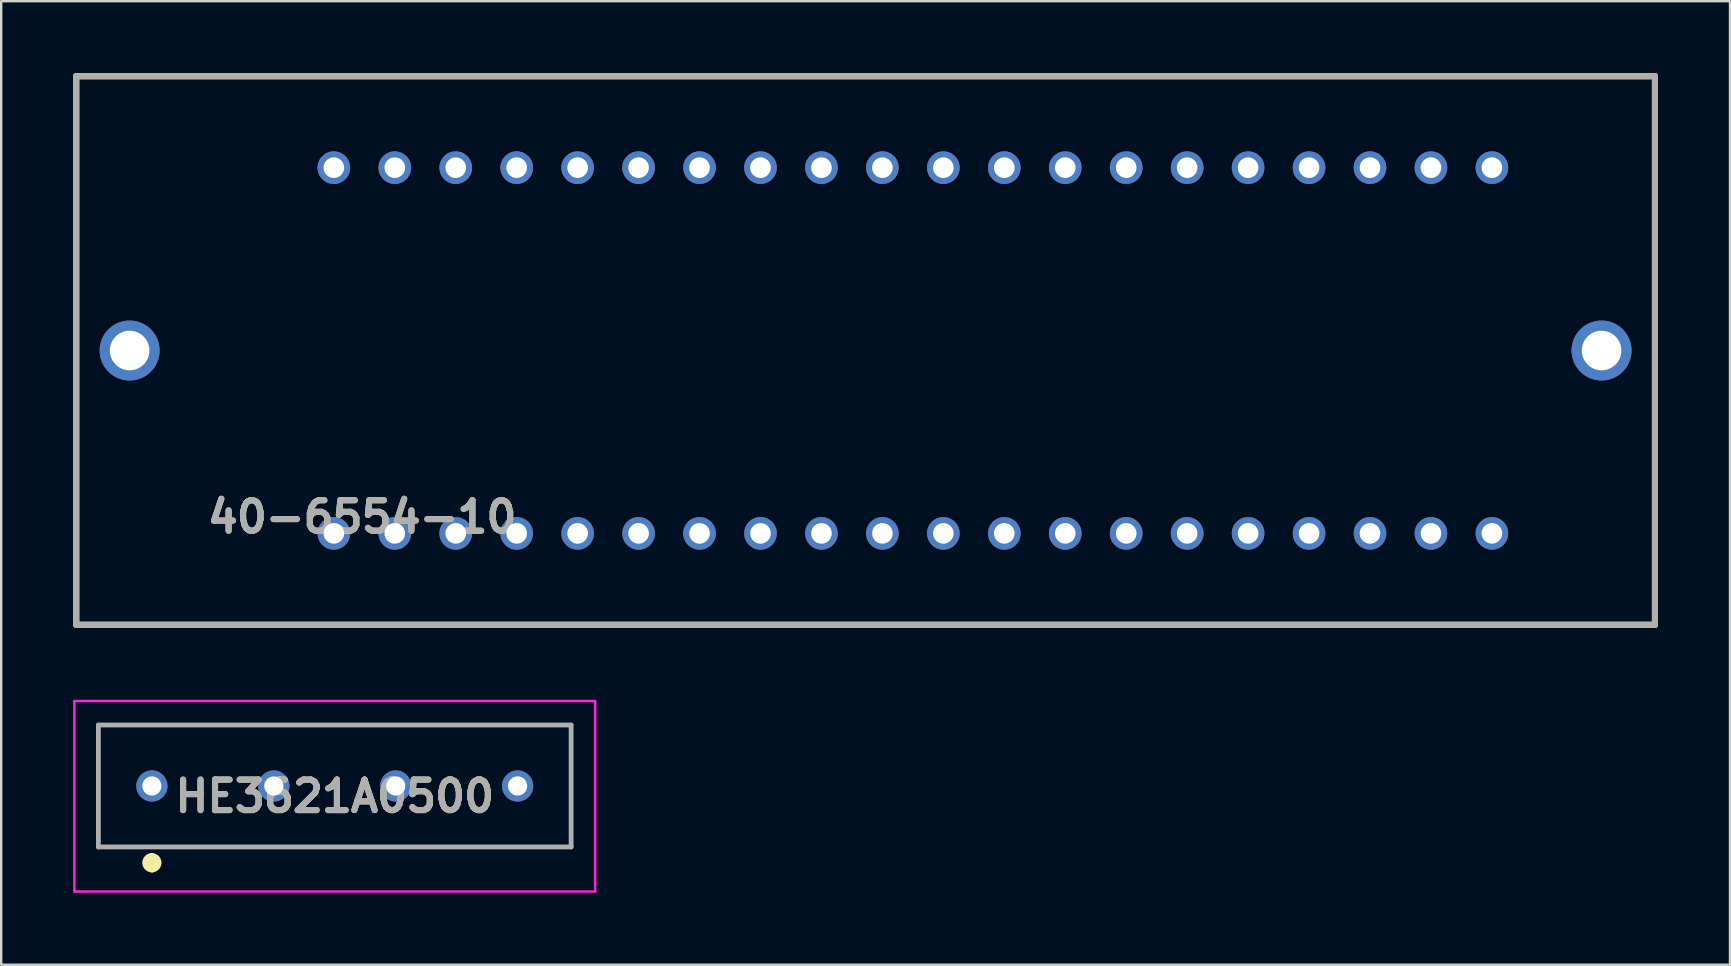
<source format=kicad_pcb>
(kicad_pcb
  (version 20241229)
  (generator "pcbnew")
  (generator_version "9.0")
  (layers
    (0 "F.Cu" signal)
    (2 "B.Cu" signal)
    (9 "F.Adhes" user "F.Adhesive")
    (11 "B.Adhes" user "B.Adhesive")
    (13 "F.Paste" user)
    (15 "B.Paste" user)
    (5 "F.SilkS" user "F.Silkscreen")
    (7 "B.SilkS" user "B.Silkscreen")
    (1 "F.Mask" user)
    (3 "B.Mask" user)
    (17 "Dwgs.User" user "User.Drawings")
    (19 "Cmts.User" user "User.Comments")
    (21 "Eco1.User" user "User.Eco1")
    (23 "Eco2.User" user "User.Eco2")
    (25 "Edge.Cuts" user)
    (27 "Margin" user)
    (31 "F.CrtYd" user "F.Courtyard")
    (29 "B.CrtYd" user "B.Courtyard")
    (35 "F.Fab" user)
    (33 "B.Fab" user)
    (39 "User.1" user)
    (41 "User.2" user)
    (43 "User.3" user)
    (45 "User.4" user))
  (footprint "HE3621A0500"
    (layer "F.Cu")
    (at 3.28 29.704)
    (property "Reference" "HE3621A0500" (at 7.62 0.43 0) (layer "F.SilkS") (effects (font (size 1.27 1.27) (thickness 0.254))))
    (attr through_hole)
    (fp_line (start -2.23 -2.54) (end 17.47 -2.54) (stroke (width 0.1) (type solid)) (layer "F.SilkS"))
    (fp_line (start -2.23 2.54) (end -2.23 -2.54) (stroke (width 0.1) (type solid)) (layer "F.SilkS"))
    (fp_line (start 0 3) (end 0 3) (stroke (width 0.4) (type solid)) (layer "F.SilkS"))
    (fp_line (start 0 3.4) (end 0 3.4) (stroke (width 0.4) (type solid)) (layer "F.SilkS"))
    (fp_line (start 17.47 -2.54) (end 17.47 2.54) (stroke (width 0.1) (type solid)) (layer "F.SilkS"))
    (fp_line (start 17.47 2.54) (end -2.23 2.54) (stroke (width 0.1) (type solid)) (layer "F.SilkS"))
    (fp_arc (start 0 3) (mid 0.2 3.2) (end 0 3.4) (stroke (width 0.4) (type solid)) (layer "F.SilkS"))
    (fp_arc (start 0 3.4) (mid -0.2 3.2) (end 0 3) (stroke (width 0.4) (type solid)) (layer "F.SilkS"))
    (fp_line (start -3.23 -3.54) (end 18.47 -3.54) (stroke (width 0.1) (type solid)) (layer "F.CrtYd"))
    (fp_line (start -3.23 4.4) (end -3.23 -3.54) (stroke (width 0.1) (type solid)) (layer "F.CrtYd"))
    (fp_line (start 18.47 -3.54) (end 18.47 4.4) (stroke (width 0.1) (type solid)) (layer "F.CrtYd"))
    (fp_line (start 18.47 4.4) (end -3.23 4.4) (stroke (width 0.1) (type solid)) (layer "F.CrtYd"))
    (fp_line (start -2.23 -2.54) (end 17.47 -2.54) (stroke (width 0.2) (type solid)) (layer "F.Fab"))
    (fp_line (start -2.23 2.54) (end -2.23 -2.54) (stroke (width 0.2) (type solid)) (layer "F.Fab"))
    (fp_line (start 17.47 -2.54) (end 17.47 2.54) (stroke (width 0.2) (type solid)) (layer "F.Fab"))
    (fp_line (start 17.47 2.54) (end -2.23 2.54) (stroke (width 0.2) (type solid)) (layer "F.Fab"))
    (fp_text user "${REFERENCE}" (at 7.62 0.43 0) (layer "F.Fab") (effects (font (size 1.27 1.27) (thickness 0.254))))
    (pad "1" thru_hole circle (at 0 0) (size 1.3 1.3) (drill 0.8) (layers "*.Cu" "*.Mask"))
    (pad "2" thru_hole circle (at 5.08 0) (size 1.3 1.3) (drill 0.8) (layers "*.Cu" "*.Mask"))
    (pad "3" thru_hole circle (at 10.16 0) (size 1.3 1.3) (drill 0.8) (layers "*.Cu" "*.Mask"))
    (pad "4" thru_hole circle (at 15.24 0) (size 1.3 1.3) (drill 0.8) (layers "*.Cu" "*.Mask")))
  (footprint "40-6554-10"
    (layer "F.Cu")
    (at 33.022 11.557)
    (property "Reference" "40-6554-10" (at -20.982 6.935 0) (layer "F.SilkS") (effects (font (size 1.27 1.27) (thickness 0.254))))
    (attr through_hole)
    (fp_line (start -32.895 -11.43) (end 32.895 -11.43) (stroke (width 0.254) (type solid)) (layer "F.SilkS"))
    (fp_line (start -32.895 11.43) (end -32.895 -11.43) (stroke (width 0.254) (type solid)) (layer "F.SilkS"))
    (fp_line (start 32.895 -11.43) (end 32.895 11.43) (stroke (width 0.254) (type solid)) (layer "F.SilkS"))
    (fp_line (start 32.895 11.43) (end -32.895 11.43) (stroke (width 0.254) (type solid)) (layer "F.SilkS"))
    (fp_line (start -32.895 -11.43) (end 32.895 -11.43) (stroke (width 0.254) (type solid)) (layer "F.Fab"))
    (fp_line (start -32.895 11.43) (end -32.895 -11.43) (stroke (width 0.254) (type solid)) (layer "F.Fab"))
    (fp_line (start 32.895 -11.43) (end 32.895 11.43) (stroke (width 0.254) (type solid)) (layer "F.Fab"))
    (fp_line (start 32.895 11.43) (end -32.895 11.43) (stroke (width 0.254) (type solid)) (layer "F.Fab"))
    (fp_text user "${REFERENCE}" (at -20.982 6.935 0) (layer "F.Fab") (effects (font (size 1.27 1.27) (thickness 0.254))))
    (pad "1" thru_hole circle (at -22.16 7.62) (size 1.36 1.36) (drill 0.86) (layers "*.Cu" "*.Mask"))
    (pad "2" thru_hole circle (at -22.16 -7.62) (size 1.36 1.36) (drill 0.86) (layers "*.Cu" "*.Mask"))
    (pad "3" thru_hole circle (at -19.62 7.62) (size 1.36 1.36) (drill 0.86) (layers "*.Cu" "*.Mask"))
    (pad "4" thru_hole circle (at -19.62 -7.62) (size 1.36 1.36) (drill 0.86) (layers "*.Cu" "*.Mask"))
    (pad "5" thru_hole circle (at -17.08 7.62) (size 1.36 1.36) (drill 0.86) (layers "*.Cu" "*.Mask"))
    (pad "6" thru_hole circle (at -17.08 -7.62) (size 1.36 1.36) (drill 0.86) (layers "*.Cu" "*.Mask"))
    (pad "7" thru_hole circle (at -14.54 7.62) (size 1.36 1.36) (drill 0.86) (layers "*.Cu" "*.Mask"))
    (pad "8" thru_hole circle (at -14.54 -7.62) (size 1.36 1.36) (drill 0.86) (layers "*.Cu" "*.Mask"))
    (pad "9" thru_hole circle (at -12 7.62) (size 1.36 1.36) (drill 0.86) (layers "*.Cu" "*.Mask"))
    (pad "10" thru_hole circle (at -12 -7.62) (size 1.36 1.36) (drill 0.86) (layers "*.Cu" "*.Mask"))
    (pad "11" thru_hole circle (at -9.46 7.62) (size 1.36 1.36) (drill 0.86) (layers "*.Cu" "*.Mask"))
    (pad "12" thru_hole circle (at -9.46 -7.62) (size 1.36 1.36) (drill 0.86) (layers "*.Cu" "*.Mask"))
    (pad "13" thru_hole circle (at -6.92 7.62) (size 1.36 1.36) (drill 0.86) (layers "*.Cu" "*.Mask"))
    (pad "14" thru_hole circle (at -6.92 -7.62) (size 1.36 1.36) (drill 0.86) (layers "*.Cu" "*.Mask"))
    (pad "15" thru_hole circle (at -4.38 7.62) (size 1.36 1.36) (drill 0.86) (layers "*.Cu" "*.Mask"))
    (pad "16" thru_hole circle (at -4.38 -7.62) (size 1.36 1.36) (drill 0.86) (layers "*.Cu" "*.Mask"))
    (pad "17" thru_hole circle (at -1.84 7.62) (size 1.36 1.36) (drill 0.86) (layers "*.Cu" "*.Mask"))
    (pad "18" thru_hole circle (at -1.84 -7.62) (size 1.36 1.36) (drill 0.86) (layers "*.Cu" "*.Mask"))
    (pad "19" thru_hole circle (at 0.7 7.62) (size 1.36 1.36) (drill 0.86) (layers "*.Cu" "*.Mask"))
    (pad "20" thru_hole circle (at 0.7 -7.62) (size 1.36 1.36) (drill 0.86) (layers "*.Cu" "*.Mask"))
    (pad "21" thru_hole circle (at 3.24 7.62) (size 1.36 1.36) (drill 0.86) (layers "*.Cu" "*.Mask"))
    (pad "22" thru_hole circle (at 3.24 -7.62) (size 1.36 1.36) (drill 0.86) (layers "*.Cu" "*.Mask"))
    (pad "23" thru_hole circle (at 5.78 7.62) (size 1.36 1.36) (drill 0.86) (layers "*.Cu" "*.Mask"))
    (pad "24" thru_hole circle (at 5.78 -7.62) (size 1.36 1.36) (drill 0.86) (layers "*.Cu" "*.Mask"))
    (pad "25" thru_hole circle (at 8.32 7.62) (size 1.36 1.36) (drill 0.86) (layers "*.Cu" "*.Mask"))
    (pad "26" thru_hole circle (at 8.32 -7.62) (size 1.36 1.36) (drill 0.86) (layers "*.Cu" "*.Mask"))
    (pad "27" thru_hole circle (at 10.86 7.62) (size 1.36 1.36) (drill 0.86) (layers "*.Cu" "*.Mask"))
    (pad "28" thru_hole circle (at 10.86 -7.62) (size 1.36 1.36) (drill 0.86) (layers "*.Cu" "*.Mask"))
    (pad "29" thru_hole circle (at 13.4 7.62) (size 1.36 1.36) (drill 0.86) (layers "*.Cu" "*.Mask"))
    (pad "30" thru_hole circle (at 13.4 -7.62) (size 1.36 1.36) (drill 0.86) (layers "*.Cu" "*.Mask"))
    (pad "31" thru_hole circle (at 15.94 7.62) (size 1.36 1.36) (drill 0.86) (layers "*.Cu" "*.Mask"))
    (pad "32" thru_hole circle (at 15.94 -7.62) (size 1.36 1.36) (drill 0.86) (layers "*.Cu" "*.Mask"))
    (pad "33" thru_hole circle (at 18.48 7.62) (size 1.36 1.36) (drill 0.86) (layers "*.Cu" "*.Mask"))
    (pad "34" thru_hole circle (at 18.48 -7.62) (size 1.36 1.36) (drill 0.86) (layers "*.Cu" "*.Mask"))
    (pad "35" thru_hole circle (at 21.02 7.62) (size 1.36 1.36) (drill 0.86) (layers "*.Cu" "*.Mask"))
    (pad "36" thru_hole circle (at 21.02 -7.62) (size 1.36 1.36) (drill 0.86) (layers "*.Cu" "*.Mask"))
    (pad "37" thru_hole circle (at 23.56 7.62) (size 1.36 1.36) (drill 0.86) (layers "*.Cu" "*.Mask"))
    (pad "38" thru_hole circle (at 23.56 -7.62) (size 1.36 1.36) (drill 0.86) (layers "*.Cu" "*.Mask"))
    (pad "39" thru_hole circle (at 26.1 7.62) (size 1.36 1.36) (drill 0.86) (layers "*.Cu" "*.Mask"))
    (pad "40" thru_hole circle (at 26.1 -7.62) (size 1.36 1.36) (drill 0.86) (layers "*.Cu" "*.Mask"))
    (pad "41" thru_hole circle (at 30.67 0) (size 2.5 2.5) (drill 1.65) (layers "*.Cu" "*.Mask"))
    (pad "42" thru_hole circle (at -30.67 0) (size 2.5 2.5) (drill 1.65) (layers "*.Cu" "*.Mask")))
  (gr_rect
    (start -3 -3)
    (end 69.044 37.154)
    (stroke (width 0.1) (type default))
    (fill no)
    (layer "Edge.Cuts")))
</source>
